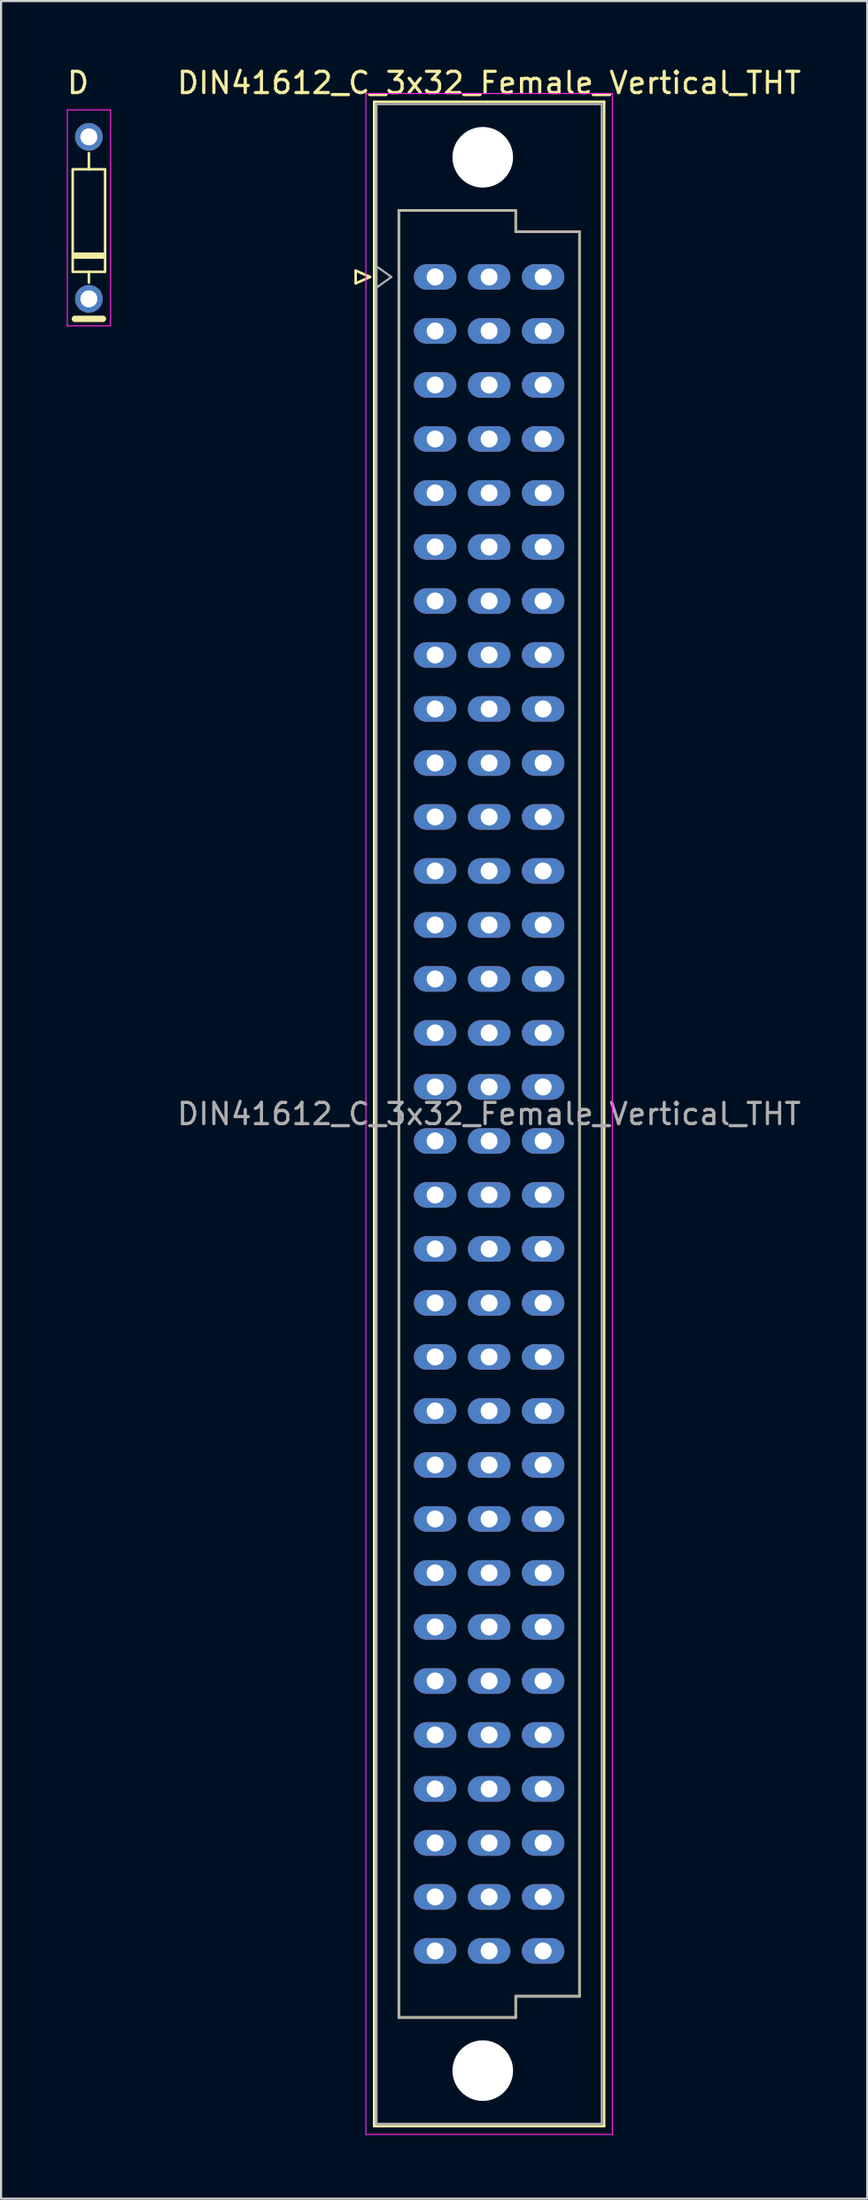
<source format=kicad_pcb>
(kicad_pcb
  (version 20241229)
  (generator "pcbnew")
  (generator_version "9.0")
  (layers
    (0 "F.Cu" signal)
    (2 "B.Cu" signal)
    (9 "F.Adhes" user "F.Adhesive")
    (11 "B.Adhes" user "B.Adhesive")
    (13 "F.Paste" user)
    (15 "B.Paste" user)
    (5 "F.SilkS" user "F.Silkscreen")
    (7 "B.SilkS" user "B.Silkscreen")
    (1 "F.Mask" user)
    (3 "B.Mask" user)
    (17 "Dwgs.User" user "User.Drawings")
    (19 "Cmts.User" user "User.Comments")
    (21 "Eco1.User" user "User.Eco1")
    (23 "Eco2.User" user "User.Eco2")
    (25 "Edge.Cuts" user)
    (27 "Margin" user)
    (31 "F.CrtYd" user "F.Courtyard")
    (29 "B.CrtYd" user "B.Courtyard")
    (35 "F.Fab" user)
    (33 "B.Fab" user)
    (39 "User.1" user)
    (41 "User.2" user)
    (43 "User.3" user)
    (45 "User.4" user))
  (footprint "DIN41612_C_3x32_Female_Vertical_THT"
    (layer "F.Cu")
    (at 17.426 9.978)
    (property "Reference" "DIN41612_C_3x32_Female_Vertical_THT" (at 2.54 -9.13 0) (layer "F.SilkS") (effects (font (size 1 1) (thickness 0.15))))
    (attr through_hole)
    (fp_line (start -3.74 -0.3) (end -3.74 0.3) (stroke (width 0.12) (type solid)) (layer "F.SilkS"))
    (fp_line (start -3.74 0.3) (end -3.06 0) (stroke (width 0.12) (type solid)) (layer "F.SilkS"))
    (fp_line (start -3.06 0) (end -3.74 -0.3) (stroke (width 0.12) (type solid)) (layer "F.SilkS"))
    (fp_line (start -2.87 -8.24) (end 7.95 -8.24) (stroke (width 0.12) (type solid)) (layer "F.SilkS"))
    (fp_line (start -2.87 86.98) (end -2.87 -8.24) (stroke (width 0.12) (type solid)) (layer "F.SilkS"))
    (fp_line (start -1.71 -3.131) (end 3.79 -3.131) (stroke (width 0.12) (type solid)) (layer "F.SilkS"))
    (fp_line (start -1.71 81.87) (end -1.71 -3.131) (stroke (width 0.12) (type solid)) (layer "F.SilkS"))
    (fp_line (start 3.79 -3.131) (end 3.79 -2.131) (stroke (width 0.12) (type solid)) (layer "F.SilkS"))
    (fp_line (start 3.79 -2.131) (end 6.79 -2.131) (stroke (width 0.12) (type solid)) (layer "F.SilkS"))
    (fp_line (start 3.79 80.87) (end 3.79 81.87) (stroke (width 0.12) (type solid)) (layer "F.SilkS"))
    (fp_line (start 3.79 81.87) (end -1.71 81.87) (stroke (width 0.12) (type solid)) (layer "F.SilkS"))
    (fp_line (start 6.79 -2.131) (end 6.79 80.87) (stroke (width 0.12) (type solid)) (layer "F.SilkS"))
    (fp_line (start 6.79 80.87) (end 3.79 80.87) (stroke (width 0.12) (type solid)) (layer "F.SilkS"))
    (fp_line (start 7.95 -8.24) (end 7.95 86.98) (stroke (width 0.12) (type solid)) (layer "F.SilkS"))
    (fp_line (start 7.95 86.98) (end -2.87 86.98) (stroke (width 0.12) (type solid)) (layer "F.SilkS"))
    (fp_line (start -3.26 -8.63) (end 8.34 -8.63) (stroke (width 0.05) (type solid)) (layer "F.CrtYd"))
    (fp_line (start -3.26 87.37) (end -3.26 -8.63) (stroke (width 0.05) (type solid)) (layer "F.CrtYd"))
    (fp_line (start 8.34 -8.63) (end 8.34 87.37) (stroke (width 0.05) (type solid)) (layer "F.CrtYd"))
    (fp_line (start 8.34 87.37) (end -3.26 87.37) (stroke (width 0.05) (type solid)) (layer "F.CrtYd"))
    (fp_line (start -2.76 -8.13) (end 7.84 -8.13) (stroke (width 0.1) (type solid)) (layer "F.Fab"))
    (fp_line (start -2.76 -0.5) (end -2.06 0) (stroke (width 0.1) (type solid)) (layer "F.Fab"))
    (fp_line (start -2.76 86.87) (end -2.76 -8.13) (stroke (width 0.1) (type solid)) (layer "F.Fab"))
    (fp_line (start -2.06 0) (end -2.76 0.5) (stroke (width 0.1) (type solid)) (layer "F.Fab"))
    (fp_line (start -1.71 -3.13) (end 3.79 -3.13) (stroke (width 0.1) (type solid)) (layer "F.Fab"))
    (fp_line (start -1.71 81.87) (end -1.71 -3.13) (stroke (width 0.1) (type solid)) (layer "F.Fab"))
    (fp_line (start 3.79 -3.13) (end 3.79 -2.13) (stroke (width 0.1) (type solid)) (layer "F.Fab"))
    (fp_line (start 3.79 -2.13) (end 6.79 -2.13) (stroke (width 0.1) (type solid)) (layer "F.Fab"))
    (fp_line (start 3.79 80.87) (end 3.79 81.87) (stroke (width 0.1) (type solid)) (layer "F.Fab"))
    (fp_line (start 3.79 81.87) (end -1.71 81.87) (stroke (width 0.1) (type solid)) (layer "F.Fab"))
    (fp_line (start 6.79 -2.13) (end 6.79 80.87) (stroke (width 0.1) (type solid)) (layer "F.Fab"))
    (fp_line (start 6.79 80.87) (end 3.79 80.87) (stroke (width 0.1) (type solid)) (layer "F.Fab"))
    (fp_line (start 7.84 -8.13) (end 7.84 86.87) (stroke (width 0.1) (type solid)) (layer "F.Fab"))
    (fp_line (start 7.84 86.87) (end -2.76 86.87) (stroke (width 0.1) (type solid)) (layer "F.Fab"))
    (fp_text user "${REFERENCE}" (at 2.54 39.37 0) (layer "F.Fab") (effects (font (size 1 1) (thickness 0.15))))
    (pad "" np_thru_hole circle (at 2.24 -5.63) (size 2.85 2.85) (drill 2.85) (layers "*.Cu" "*.Mask"))
    (pad "" np_thru_hole circle (at 2.24 84.37) (size 2.85 2.85) (drill 2.85) (layers "*.Cu" "*.Mask"))
    (pad "a1" thru_hole oval (at 0 0) (size 2 1.2) (drill 0.8) (layers "*.Cu" "*.Mask"))
    (pad "a2" thru_hole oval (at 0 2.54) (size 2 1.2) (drill 0.8) (layers "*.Cu" "*.Mask"))
    (pad "a3" thru_hole oval (at 0 5.08) (size 2 1.2) (drill 0.8) (layers "*.Cu" "*.Mask"))
    (pad "a4" thru_hole oval (at 0 7.62) (size 2 1.2) (drill 0.8) (layers "*.Cu" "*.Mask"))
    (pad "a5" thru_hole oval (at 0 10.16) (size 2 1.2) (drill 0.8) (layers "*.Cu" "*.Mask"))
    (pad "a6" thru_hole oval (at 0 12.7) (size 2 1.2) (drill 0.8) (layers "*.Cu" "*.Mask"))
    (pad "a7" thru_hole oval (at 0 15.24) (size 2 1.2) (drill 0.8) (layers "*.Cu" "*.Mask"))
    (pad "a8" thru_hole oval (at 0 17.78) (size 2 1.2) (drill 0.8) (layers "*.Cu" "*.Mask"))
    (pad "a9" thru_hole oval (at 0 20.32) (size 2 1.2) (drill 0.8) (layers "*.Cu" "*.Mask"))
    (pad "a10" thru_hole oval (at 0 22.86) (size 2 1.2) (drill 0.8) (layers "*.Cu" "*.Mask"))
    (pad "a11" thru_hole oval (at 0 25.4) (size 2 1.2) (drill 0.8) (layers "*.Cu" "*.Mask"))
    (pad "a12" thru_hole oval (at 0 27.94) (size 2 1.2) (drill 0.8) (layers "*.Cu" "*.Mask"))
    (pad "a13" thru_hole oval (at 0 30.48) (size 2 1.2) (drill 0.8) (layers "*.Cu" "*.Mask"))
    (pad "a14" thru_hole oval (at 0 33.02) (size 2 1.2) (drill 0.8) (layers "*.Cu" "*.Mask"))
    (pad "a15" thru_hole oval (at 0 35.56) (size 2 1.2) (drill 0.8) (layers "*.Cu" "*.Mask"))
    (pad "a16" thru_hole oval (at 0 38.1) (size 2 1.2) (drill 0.8) (layers "*.Cu" "*.Mask"))
    (pad "a17" thru_hole oval (at 0 40.64) (size 2 1.2) (drill 0.8) (layers "*.Cu" "*.Mask"))
    (pad "a18" thru_hole oval (at 0 43.18) (size 2 1.2) (drill 0.8) (layers "*.Cu" "*.Mask"))
    (pad "a19" thru_hole oval (at 0 45.72) (size 2 1.2) (drill 0.8) (layers "*.Cu" "*.Mask"))
    (pad "a20" thru_hole oval (at 0 48.26) (size 2 1.2) (drill 0.8) (layers "*.Cu" "*.Mask"))
    (pad "a21" thru_hole oval (at 0 50.8) (size 2 1.2) (drill 0.8) (layers "*.Cu" "*.Mask"))
    (pad "a22" thru_hole oval (at 0 53.34) (size 2 1.2) (drill 0.8) (layers "*.Cu" "*.Mask"))
    (pad "a23" thru_hole oval (at 0 55.88) (size 2 1.2) (drill 0.8) (layers "*.Cu" "*.Mask"))
    (pad "a24" thru_hole oval (at 0 58.42) (size 2 1.2) (drill 0.8) (layers "*.Cu" "*.Mask"))
    (pad "a25" thru_hole oval (at 0 60.96) (size 2 1.2) (drill 0.8) (layers "*.Cu" "*.Mask"))
    (pad "a26" thru_hole oval (at 0 63.5) (size 2 1.2) (drill 0.8) (layers "*.Cu" "*.Mask"))
    (pad "a27" thru_hole oval (at 0 66.04) (size 2 1.2) (drill 0.8) (layers "*.Cu" "*.Mask"))
    (pad "a28" thru_hole oval (at 0 68.58) (size 2 1.2) (drill 0.8) (layers "*.Cu" "*.Mask"))
    (pad "a29" thru_hole oval (at 0 71.12) (size 2 1.2) (drill 0.8) (layers "*.Cu" "*.Mask"))
    (pad "a30" thru_hole oval (at 0 73.66) (size 2 1.2) (drill 0.8) (layers "*.Cu" "*.Mask"))
    (pad "a31" thru_hole oval (at 0 76.2) (size 2 1.2) (drill 0.8) (layers "*.Cu" "*.Mask"))
    (pad "a32" thru_hole oval (at 0 78.74) (size 2 1.2) (drill 0.8) (layers "*.Cu" "*.Mask"))
    (pad "b1" thru_hole oval (at 2.54 0) (size 2 1.2) (drill 0.8) (layers "*.Cu" "*.Mask"))
    (pad "b2" thru_hole oval (at 2.54 2.54) (size 2 1.2) (drill 0.8) (layers "*.Cu" "*.Mask"))
    (pad "b3" thru_hole oval (at 2.54 5.08) (size 2 1.2) (drill 0.8) (layers "*.Cu" "*.Mask"))
    (pad "b4" thru_hole oval (at 2.54 7.62) (size 2 1.2) (drill 0.8) (layers "*.Cu" "*.Mask"))
    (pad "b5" thru_hole oval (at 2.54 10.16) (size 2 1.2) (drill 0.8) (layers "*.Cu" "*.Mask"))
    (pad "b6" thru_hole oval (at 2.54 12.7) (size 2 1.2) (drill 0.8) (layers "*.Cu" "*.Mask"))
    (pad "b7" thru_hole oval (at 2.54 15.24) (size 2 1.2) (drill 0.8) (layers "*.Cu" "*.Mask"))
    (pad "b8" thru_hole oval (at 2.54 17.78) (size 2 1.2) (drill 0.8) (layers "*.Cu" "*.Mask"))
    (pad "b9" thru_hole oval (at 2.54 20.32) (size 2 1.2) (drill 0.8) (layers "*.Cu" "*.Mask"))
    (pad "b10" thru_hole oval (at 2.54 22.86) (size 2 1.2) (drill 0.8) (layers "*.Cu" "*.Mask"))
    (pad "b11" thru_hole oval (at 2.54 25.4) (size 2 1.2) (drill 0.8) (layers "*.Cu" "*.Mask"))
    (pad "b12" thru_hole oval (at 2.54 27.94) (size 2 1.2) (drill 0.8) (layers "*.Cu" "*.Mask"))
    (pad "b13" thru_hole oval (at 2.54 30.48) (size 2 1.2) (drill 0.8) (layers "*.Cu" "*.Mask"))
    (pad "b14" thru_hole oval (at 2.54 33.02) (size 2 1.2) (drill 0.8) (layers "*.Cu" "*.Mask"))
    (pad "b15" thru_hole oval (at 2.54 35.56) (size 2 1.2) (drill 0.8) (layers "*.Cu" "*.Mask"))
    (pad "b16" thru_hole oval (at 2.54 38.1) (size 2 1.2) (drill 0.8) (layers "*.Cu" "*.Mask"))
    (pad "b17" thru_hole oval (at 2.54 40.64) (size 2 1.2) (drill 0.8) (layers "*.Cu" "*.Mask"))
    (pad "b18" thru_hole oval (at 2.54 43.18) (size 2 1.2) (drill 0.8) (layers "*.Cu" "*.Mask"))
    (pad "b19" thru_hole oval (at 2.54 45.72) (size 2 1.2) (drill 0.8) (layers "*.Cu" "*.Mask"))
    (pad "b20" thru_hole oval (at 2.54 48.26) (size 2 1.2) (drill 0.8) (layers "*.Cu" "*.Mask"))
    (pad "b21" thru_hole oval (at 2.54 50.8) (size 2 1.2) (drill 0.8) (layers "*.Cu" "*.Mask"))
    (pad "b22" thru_hole oval (at 2.54 53.34) (size 2 1.2) (drill 0.8) (layers "*.Cu" "*.Mask"))
    (pad "b23" thru_hole oval (at 2.54 55.88) (size 2 1.2) (drill 0.8) (layers "*.Cu" "*.Mask"))
    (pad "b24" thru_hole oval (at 2.54 58.42) (size 2 1.2) (drill 0.8) (layers "*.Cu" "*.Mask"))
    (pad "b25" thru_hole oval (at 2.54 60.96) (size 2 1.2) (drill 0.8) (layers "*.Cu" "*.Mask"))
    (pad "b26" thru_hole oval (at 2.54 63.5) (size 2 1.2) (drill 0.8) (layers "*.Cu" "*.Mask"))
    (pad "b27" thru_hole oval (at 2.54 66.04) (size 2 1.2) (drill 0.8) (layers "*.Cu" "*.Mask"))
    (pad "b28" thru_hole oval (at 2.54 68.58) (size 2 1.2) (drill 0.8) (layers "*.Cu" "*.Mask"))
    (pad "b29" thru_hole oval (at 2.54 71.12) (size 2 1.2) (drill 0.8) (layers "*.Cu" "*.Mask"))
    (pad "b30" thru_hole oval (at 2.54 73.66) (size 2 1.2) (drill 0.8) (layers "*.Cu" "*.Mask"))
    (pad "b31" thru_hole oval (at 2.54 76.2) (size 2 1.2) (drill 0.8) (layers "*.Cu" "*.Mask"))
    (pad "b32" thru_hole oval (at 2.54 78.74) (size 2 1.2) (drill 0.8) (layers "*.Cu" "*.Mask"))
    (pad "c1" thru_hole oval (at 5.08 0) (size 2 1.2) (drill 0.8) (layers "*.Cu" "*.Mask"))
    (pad "c2" thru_hole oval (at 5.08 2.54) (size 2 1.2) (drill 0.8) (layers "*.Cu" "*.Mask"))
    (pad "c3" thru_hole oval (at 5.08 5.08) (size 2 1.2) (drill 0.8) (layers "*.Cu" "*.Mask"))
    (pad "c4" thru_hole oval (at 5.08 7.62) (size 2 1.2) (drill 0.8) (layers "*.Cu" "*.Mask"))
    (pad "c5" thru_hole oval (at 5.08 10.16) (size 2 1.2) (drill 0.8) (layers "*.Cu" "*.Mask"))
    (pad "c6" thru_hole oval (at 5.08 12.7) (size 2 1.2) (drill 0.8) (layers "*.Cu" "*.Mask"))
    (pad "c7" thru_hole oval (at 5.08 15.24) (size 2 1.2) (drill 0.8) (layers "*.Cu" "*.Mask"))
    (pad "c8" thru_hole oval (at 5.08 17.78) (size 2 1.2) (drill 0.8) (layers "*.Cu" "*.Mask"))
    (pad "c9" thru_hole oval (at 5.08 20.32) (size 2 1.2) (drill 0.8) (layers "*.Cu" "*.Mask"))
    (pad "c10" thru_hole oval (at 5.08 22.86) (size 2 1.2) (drill 0.8) (layers "*.Cu" "*.Mask"))
    (pad "c11" thru_hole oval (at 5.08 25.4) (size 2 1.2) (drill 0.8) (layers "*.Cu" "*.Mask"))
    (pad "c12" thru_hole oval (at 5.08 27.94) (size 2 1.2) (drill 0.8) (layers "*.Cu" "*.Mask"))
    (pad "c13" thru_hole oval (at 5.08 30.48) (size 2 1.2) (drill 0.8) (layers "*.Cu" "*.Mask"))
    (pad "c14" thru_hole oval (at 5.08 33.02) (size 2 1.2) (drill 0.8) (layers "*.Cu" "*.Mask"))
    (pad "c15" thru_hole oval (at 5.08 35.56) (size 2 1.2) (drill 0.8) (layers "*.Cu" "*.Mask"))
    (pad "c16" thru_hole oval (at 5.08 38.1) (size 2 1.2) (drill 0.8) (layers "*.Cu" "*.Mask"))
    (pad "c17" thru_hole oval (at 5.08 40.64) (size 2 1.2) (drill 0.8) (layers "*.Cu" "*.Mask"))
    (pad "c18" thru_hole oval (at 5.08 43.18) (size 2 1.2) (drill 0.8) (layers "*.Cu" "*.Mask"))
    (pad "c19" thru_hole oval (at 5.08 45.72) (size 2 1.2) (drill 0.8) (layers "*.Cu" "*.Mask"))
    (pad "c20" thru_hole oval (at 5.08 48.26) (size 2 1.2) (drill 0.8) (layers "*.Cu" "*.Mask"))
    (pad "c21" thru_hole oval (at 5.08 50.8) (size 2 1.2) (drill 0.8) (layers "*.Cu" "*.Mask"))
    (pad "c22" thru_hole oval (at 5.08 53.34) (size 2 1.2) (drill 0.8) (layers "*.Cu" "*.Mask"))
    (pad "c23" thru_hole oval (at 5.08 55.88) (size 2 1.2) (drill 0.8) (layers "*.Cu" "*.Mask"))
    (pad "c24" thru_hole oval (at 5.08 58.42) (size 2 1.2) (drill 0.8) (layers "*.Cu" "*.Mask"))
    (pad "c25" thru_hole oval (at 5.08 60.96) (size 2 1.2) (drill 0.8) (layers "*.Cu" "*.Mask"))
    (pad "c26" thru_hole oval (at 5.08 63.5) (size 2 1.2) (drill 0.8) (layers "*.Cu" "*.Mask"))
    (pad "c27" thru_hole oval (at 5.08 66.04) (size 2 1.2) (drill 0.8) (layers "*.Cu" "*.Mask"))
    (pad "c28" thru_hole oval (at 5.08 68.58) (size 2 1.2) (drill 0.8) (layers "*.Cu" "*.Mask"))
    (pad "c29" thru_hole oval (at 5.08 71.12) (size 2 1.2) (drill 0.8) (layers "*.Cu" "*.Mask"))
    (pad "c30" thru_hole oval (at 5.08 73.66) (size 2 1.2) (drill 0.8) (layers "*.Cu" "*.Mask"))
    (pad "c31" thru_hole oval (at 5.08 76.2) (size 2 1.2) (drill 0.8) (layers "*.Cu" "*.Mask"))
    (pad "c32" thru_hole oval (at 5.08 78.74) (size 2 1.2) (drill 0.8) (layers "*.Cu" "*.Mask")))
  (footprint "D"
    (layer "F.Cu")
    (at 1.133 3.388)
    (property "Reference" "D" (at -0.508 -2.54 0) (unlocked yes) (layer "F.SilkS") (effects (font (size 1 1) (thickness 0.15))))
    (attr through_hole)
    (fp_line (start -0.66 5.588) (end 0.66 5.588) (stroke (width 0.3) (type default)) (layer "F.SilkS"))
    (fp_line (start -0.66 8.56) (end 0.66 8.56) (stroke (width 0.3) (type default)) (layer "F.SilkS"))
    (fp_line (start 0 0.762) (end 0 1.524) (stroke (width 0.12) (type default)) (layer "F.SilkS"))
    (fp_line (start 0 6.858) (end 0 6.35) (stroke (width 0.12) (type default)) (layer "F.SilkS"))
    (fp_rect (start -0.762 1.524) (end 0.762 6.35) (stroke (width 0.12) (type default)) (fill no) (layer "F.SilkS"))
    (fp_line (start -1.016 -1.27) (end 1.016 -1.27) (stroke (width 0.05) (type solid)) (layer "F.CrtYd"))
    (fp_line (start -1.016 8.89) (end -1.016 -1.27) (stroke (width 0.05) (type solid)) (layer "F.CrtYd"))
    (fp_line (start 1.016 -1.27) (end 1.016 8.89) (stroke (width 0.05) (type solid)) (layer "F.CrtYd"))
    (fp_line (start 1.016 8.89) (end -1.016 8.89) (stroke (width 0.05) (type solid)) (layer "F.CrtYd"))
    (pad "1" thru_hole circle (at 0 7.62) (size 1.3 1.3) (drill 0.8) (layers "*.Cu" "*.Mask"))
    (pad "2" thru_hole circle (at 0 0) (size 1.3 1.3) (drill 0.8) (layers "*.Cu" "*.Mask")))
  (gr_rect
    (start -3 -3)
    (end 37.757 100.373)
    (stroke (width 0.1) (type default))
    (fill no)
    (layer "Edge.Cuts")))
</source>
